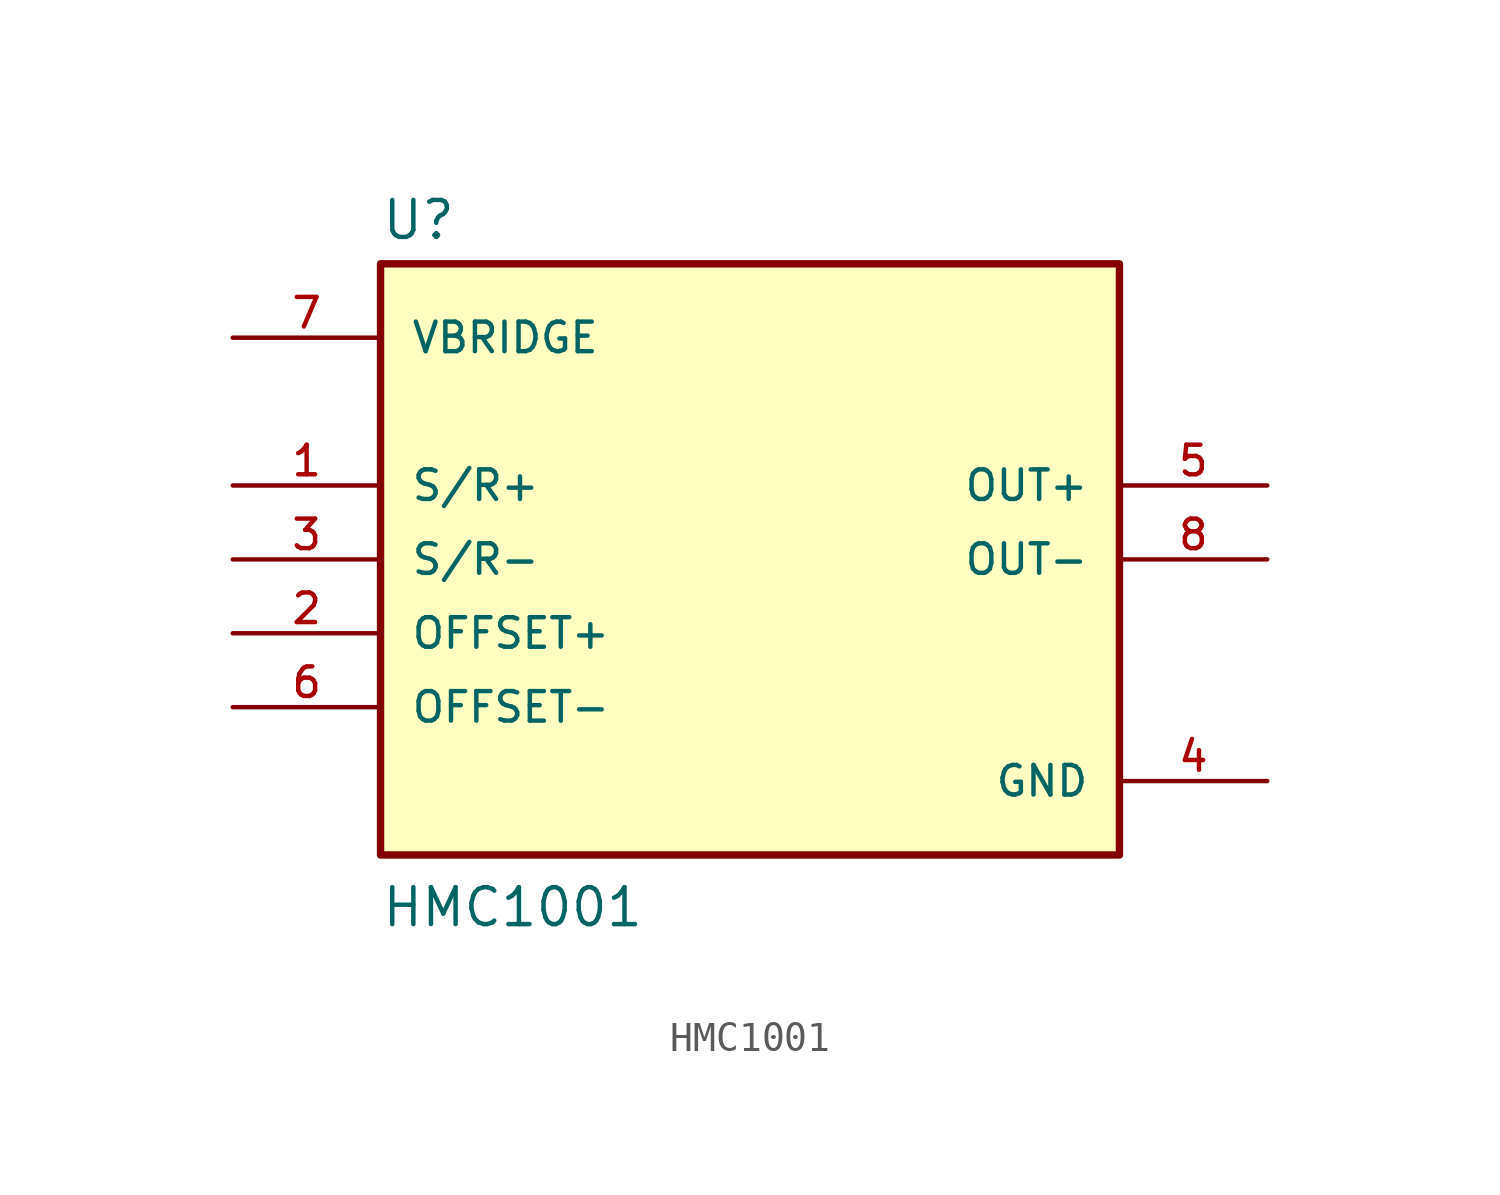
<source format=kicad_sym>
(kicad_symbol_lib
  (version 20211014)
  (generator kicad_symbol_editor)
  (symbol "HMC1001"
    (pin_names
      (offset 1.016))
    (property "Reference" "U"
      (at -12.7 10.922 0)
      (effects (font (size 1.27 1.27)) (justify bottom left)))
    (property "Value" "HMC1001"
      (at -12.7 -12.7 0)
      (effects (font (size 1.27 1.27)) (justify bottom left)))
    (symbol "HMC1001_0_0"
      (rectangle (start -12.7 -10.16) (end 12.7 10.16) (stroke (width 0.254)) (fill (type background)))
      (pin output line (at 17.78 2.54 180.0) (length 5.08) (name "OUT+" (effects (font (size 1.016 1.016)))) (number "5" (effects (font (size 1.016 1.016)))))
      (pin input line (at -17.78 -2.54 0) (length 5.08) (name "OFFSET+" (effects (font (size 1.016 1.016)))) (number "2" (effects (font (size 1.016 1.016)))))
      (pin input line (at -17.78 -5.08 0) (length 5.08) (name "OFFSET-" (effects (font (size 1.016 1.016)))) (number "6" (effects (font (size 1.016 1.016)))))
      (pin output line (at 17.78 0.0 180.0) (length 5.08) (name "OUT-" (effects (font (size 1.016 1.016)))) (number "8" (effects (font (size 1.016 1.016)))))
      (pin input line (at -17.78 7.62 0) (length 5.08) (name "VBRIDGE" (effects (font (size 1.016 1.016)))) (number "7" (effects (font (size 1.016 1.016)))))
      (pin input line (at -17.78 2.54 0) (length 5.08) (name "S/R+" (effects (font (size 1.016 1.016)))) (number "1" (effects (font (size 1.016 1.016)))))
      (pin input line (at -17.78 0.0 0) (length 5.08) (name "S/R-" (effects (font (size 1.016 1.016)))) (number "3" (effects (font (size 1.016 1.016)))))
      (pin power_in line (at 17.78 -7.62 180.0) (length 5.08) (name "GND" (effects (font (size 1.016 1.016)))) (number "4" (effects (font (size 1.016 1.016))))))))
</source>
